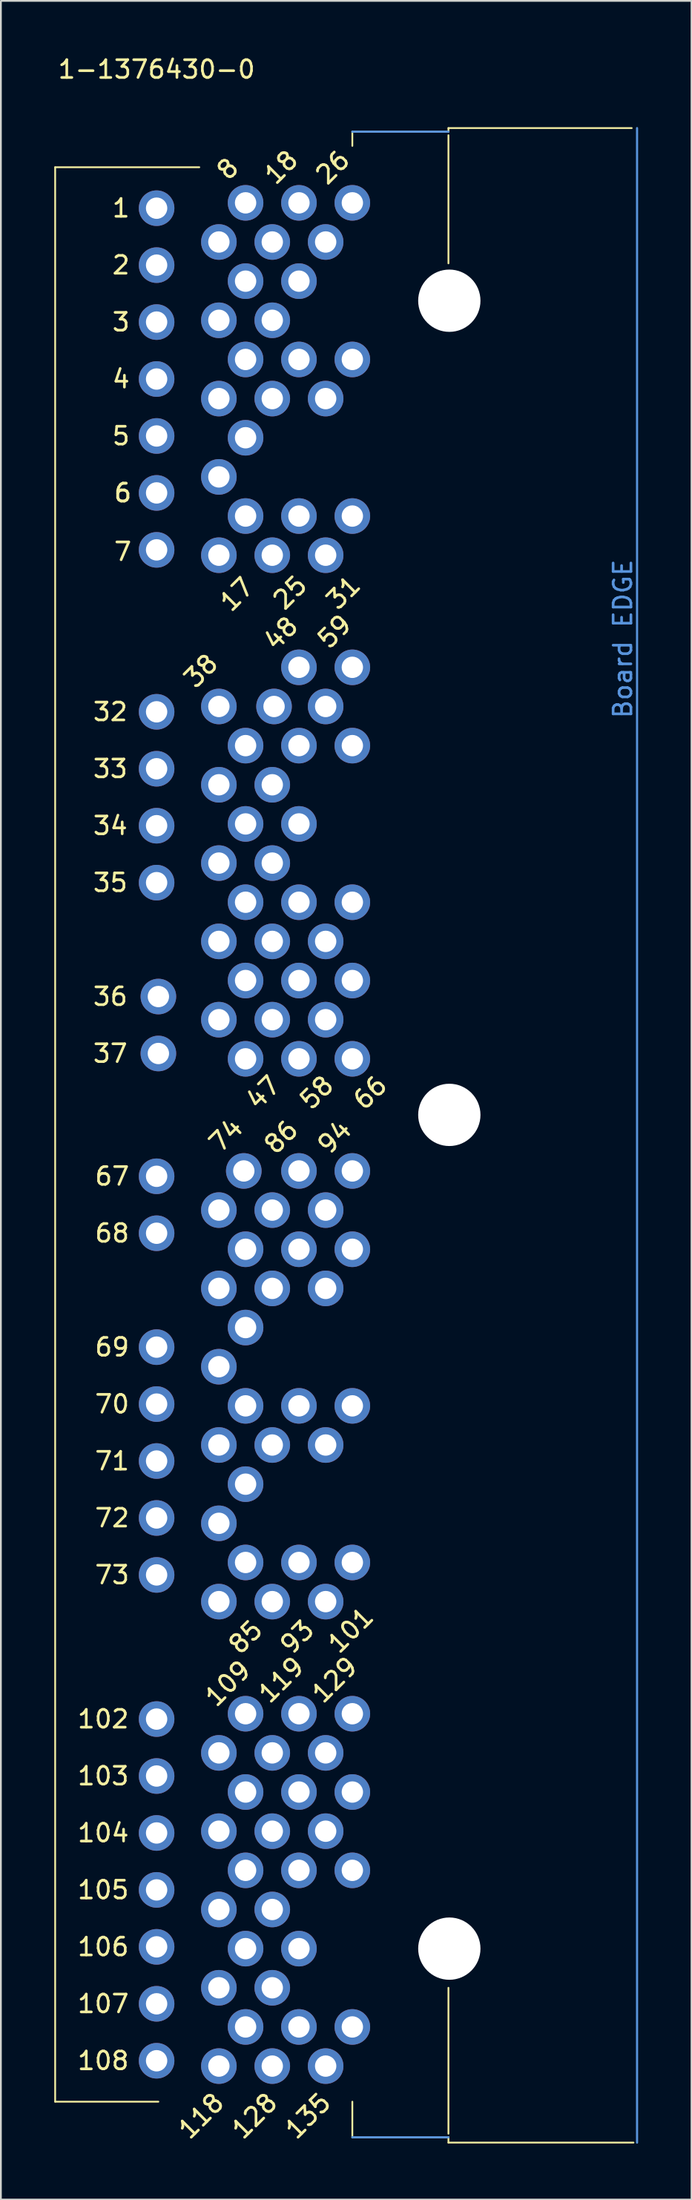
<source format=kicad_pcb>
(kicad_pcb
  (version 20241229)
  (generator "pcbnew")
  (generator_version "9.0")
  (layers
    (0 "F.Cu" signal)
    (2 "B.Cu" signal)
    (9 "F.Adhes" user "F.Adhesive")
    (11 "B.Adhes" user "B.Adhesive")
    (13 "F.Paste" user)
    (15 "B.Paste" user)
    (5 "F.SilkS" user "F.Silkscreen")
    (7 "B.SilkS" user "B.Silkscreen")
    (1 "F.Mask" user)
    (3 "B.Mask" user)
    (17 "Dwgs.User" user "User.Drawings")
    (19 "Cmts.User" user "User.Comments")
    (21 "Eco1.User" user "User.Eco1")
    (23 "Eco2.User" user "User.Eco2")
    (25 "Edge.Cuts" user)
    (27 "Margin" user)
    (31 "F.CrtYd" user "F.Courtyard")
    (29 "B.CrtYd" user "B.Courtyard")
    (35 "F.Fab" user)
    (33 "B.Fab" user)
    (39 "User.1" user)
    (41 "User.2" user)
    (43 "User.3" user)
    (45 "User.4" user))
  (footprint "1-1376430-0"
    (layer "F.Cu")
    (at 5.75 8.348)
    (property "Reference" "1-1376430-0" (at 0 -7.5 0) (layer "F.SilkS") (effects (font (size 1 1) (thickness 0.15))))
    (attr through_hole)
    (fp_line (start -5.7 -2) (end -5.7 106.7) (stroke (width 0.1) (type solid)) (layer "F.SilkS"))
    (fp_line (start -5.7 106.7) (end 0.1 106.7) (stroke (width 0.1) (type solid)) (layer "F.SilkS"))
    (fp_line (start 2.4 -2) (end -5.7 -2) (stroke (width 0.1) (type solid)) (layer "F.SilkS"))
    (fp_line (start 11 -4) (end 16.4 -4) (stroke (width 0.1) (type solid)) (layer "F.SilkS"))
    (fp_line (start 11 -3.2) (end 11 -4) (stroke (width 0.1) (type solid)) (layer "F.SilkS"))
    (fp_line (start 11 106.7) (end 11 108.7) (stroke (width 0.1) (type solid)) (layer "F.SilkS"))
    (fp_line (start 11 108.7) (end 16.4 108.7) (stroke (width 0.1) (type solid)) (layer "F.SilkS"))
    (fp_line (start 16.4 -4.2) (end 16.4 -4) (stroke (width 0.1) (type solid)) (layer "F.SilkS"))
    (fp_line (start 16.4 -3.8) (end 16.4 3.4) (stroke (width 0.1) (type solid)) (layer "F.SilkS"))
    (fp_line (start 16.4 108.5) (end 16.4 100.3) (stroke (width 0.1) (type solid)) (layer "F.SilkS"))
    (fp_line (start 16.4 108.7) (end 16.4 109) (stroke (width 0.1) (type solid)) (layer "F.SilkS"))
    (fp_line (start 16.4 109) (end 26.8 109) (stroke (width 0.1) (type solid)) (layer "F.SilkS"))
    (fp_line (start 26.7 -4.2) (end 16.4 -4.2) (stroke (width 0.1) (type solid)) (layer "F.SilkS"))
    (fp_line (start 11 -4) (end 16.4 -4) (stroke (width 0.12) (type solid)) (layer "Cmts.User"))
    (fp_line (start 11 108.7) (end 16.4 108.7) (stroke (width 0.12) (type solid)) (layer "Cmts.User"))
    (fp_line (start 27 -4.2) (end 27 109) (stroke (width 0.12) (type solid)) (layer "Cmts.User"))
    (fp_text user "93" (at 7.9 80.6 45) (layer "F.SilkS") (effects (font (size 1 1) (thickness 0.15))))
    (fp_text user "128" (at 5.5 107.5 45) (layer "F.SilkS") (effects (font (size 1 1) (thickness 0.15))))
    (fp_text user "5" (at -2 13.1 0) (layer "F.SilkS") (effects (font (size 1 1) (thickness 0.15))))
    (fp_text user "26" (at 9.9 -2 45) (layer "F.SilkS") (effects (font (size 1 1) (thickness 0.15))))
    (fp_text user "6" (at -1.9 16.3 0) (layer "F.SilkS") (effects (font (size 1 1) (thickness 0.15))))
    (fp_text user "33" (at -2.6 31.8 0) (layer "F.SilkS") (effects (font (size 1 1) (thickness 0.15))))
    (fp_text user "68" (at -2.5 57.9 0) (layer "F.SilkS") (effects (font (size 1 1) (thickness 0.15))))
    (fp_text user "72" (at -2.5 73.9 0) (layer "F.SilkS") (effects (font (size 1 1) (thickness 0.15))))
    (fp_text user "3" (at -2 6.7 0) (layer "F.SilkS") (effects (font (size 1 1) (thickness 0.15))))
    (fp_text user "66" (at 12 50 45) (layer "F.SilkS") (effects (font (size 1 1) (thickness 0.15))))
    (fp_text user "118" (at 2.5 107.5 45) (layer "F.SilkS") (effects (font (size 1 1) (thickness 0.15))))
    (fp_text user "48" (at 7 24.2 45) (layer "F.SilkS") (effects (font (size 1 1) (thickness 0.15))))
    (fp_text user "36" (at -2.6 44.6 0) (layer "F.SilkS") (effects (font (size 1 1) (thickness 0.15))))
    (fp_text user "8" (at 4 -1.9 45) (layer "F.SilkS") (effects (font (size 1 1) (thickness 0.15))))
    (fp_text user "74" (at 3.9 52.4 45) (layer "F.SilkS") (effects (font (size 1 1) (thickness 0.15))))
    (fp_text user "4" (at -2 9.9 0) (layer "F.SilkS") (effects (font (size 1 1) (thickness 0.15))))
    (fp_text user "135" (at 8.5 107.5 45) (layer "F.SilkS") (effects (font (size 1 1) (thickness 0.15))))
    (fp_text user "73" (at -2.5 77.1 0) (layer "F.SilkS") (effects (font (size 1 1) (thickness 0.15))))
    (fp_text user "25" (at 7.5 21.9 45) (layer "F.SilkS") (effects (font (size 1 1) (thickness 0.15))))
    (fp_text user "47" (at 6 50 45) (layer "F.SilkS") (effects (font (size 1 1) (thickness 0.15))))
    (fp_text user "108" (at -3 104.4 0) (layer "F.SilkS") (effects (font (size 1 1) (thickness 0.15))))
    (fp_text user "106" (at -3 98 0) (layer "F.SilkS") (effects (font (size 1 1) (thickness 0.15))))
    (fp_text user "58" (at 9 50 45) (layer "F.SilkS") (effects (font (size 1 1) (thickness 0.15))))
    (fp_text user "107" (at -3 101.2 0) (layer "F.SilkS") (effects (font (size 1 1) (thickness 0.15))))
    (fp_text user "102" (at -3 85.2 0) (layer "F.SilkS") (effects (font (size 1 1) (thickness 0.15))))
    (fp_text user "37" (at -2.6 47.8 0) (layer "F.SilkS") (effects (font (size 1 1) (thickness 0.15))))
    (fp_text user "85" (at 5 80.6 45) (layer "F.SilkS") (effects (font (size 1 1) (thickness 0.15))))
    (fp_text user "1" (at -2 0.3 0) (layer "F.SilkS") (effects (font (size 1 1) (thickness 0.15))))
    (fp_text user "6" (at -1.9 16.3 0) (layer "F.SilkS") (effects (font (size 1 1) (thickness 0.15))))
    (fp_text user "119" (at 7 83 45) (layer "F.SilkS") (effects (font (size 1 1) (thickness 0.15))))
    (fp_text user "67" (at -2.5 54.7 0) (layer "F.SilkS") (effects (font (size 1 1) (thickness 0.15))))
    (fp_text user "31" (at 10.5 21.9 45) (layer "F.SilkS") (effects (font (size 1 1) (thickness 0.15))))
    (fp_text user "69" (at -2.5 64.3 0) (layer "F.SilkS") (effects (font (size 1 1) (thickness 0.15))))
    (fp_text user "103" (at -3 88.4 0) (layer "F.SilkS") (effects (font (size 1 1) (thickness 0.15))))
    (fp_text user "70" (at -2.5 67.5 0) (layer "F.SilkS") (effects (font (size 1 1) (thickness 0.15))))
    (fp_text user "101" (at 10.9 80.2 45) (layer "F.SilkS") (effects (font (size 1 1) (thickness 0.15))))
    (fp_text user "18" (at 7 -2 45) (layer "F.SilkS") (effects (font (size 1 1) (thickness 0.15))))
    (fp_text user "35" (at -2.6 38.2 0) (layer "F.SilkS") (effects (font (size 1 1) (thickness 0.15))))
    (fp_text user "129" (at 10 83 45) (layer "F.SilkS") (effects (font (size 1 1) (thickness 0.15))))
    (fp_text user "59" (at 10 24.1 45) (layer "F.SilkS") (effects (font (size 1 1) (thickness 0.15))))
    (fp_text user "109" (at 4 83.2 45) (layer "F.SilkS") (effects (font (size 1 1) (thickness 0.15))))
    (fp_text user "34" (at -2.6 35 0) (layer "F.SilkS") (effects (font (size 1 1) (thickness 0.15))))
    (fp_text user "17" (at 4.5 22 45) (layer "F.SilkS") (effects (font (size 1 1) (thickness 0.15))))
    (fp_text user "105" (at -3 94.8 0) (layer "F.SilkS") (effects (font (size 1 1) (thickness 0.15))))
    (fp_text user "38" (at 2.5 26.3 45) (layer "F.SilkS") (effects (font (size 1 1) (thickness 0.15))))
    (fp_text user "94" (at 10 52.5 45) (layer "F.SilkS") (effects (font (size 1 1) (thickness 0.15))))
    (fp_text user "104" (at -3 91.6 0) (layer "F.SilkS") (effects (font (size 1 1) (thickness 0.15))))
    (fp_text user "86" (at 7 52.5 45) (layer "F.SilkS") (effects (font (size 1 1) (thickness 0.15))))
    (fp_text user "7" (at -1.9 19.6 0) (layer "F.SilkS") (effects (font (size 1 1) (thickness 0.15))))
    (fp_text user "71" (at -2.5 70.7 0) (layer "F.SilkS") (effects (font (size 1 1) (thickness 0.15))))
    (fp_text user "2" (at -2 3.5 0) (layer "F.SilkS") (effects (font (size 1 1) (thickness 0.15))))
    (fp_text user "32" (at -2.6 28.6 0) (layer "F.SilkS") (effects (font (size 1 1) (thickness 0.15))))
    (fp_text user "Board EDGE" (at 26.2 24.5 270) (layer "Cmts.User") (effects (font (size 1 1) (thickness 0.15))))
    (pad "" np_thru_hole circle (at 16.45 5.5) (size 3.5 3.5) (drill 3.5) (layers "*.Cu" "*.Mask"))
    (pad "" np_thru_hole circle (at 16.45 51.25) (size 3.5 3.5) (drill 3.5) (layers "*.Cu" "*.Mask"))
    (pad "" np_thru_hole circle (at 16.45 98.1) (size 3.5 3.5) (drill 3.5) (layers "*.Cu" "*.Mask"))
    (pad "1" thru_hole circle (at 0 0.3) (size 2 2) (drill 1.2) (layers "*.Cu" "*.Mask"))
    (pad "2" thru_hole circle (at 0 3.5) (size 2 2) (drill 1.2) (layers "*.Cu" "*.Mask"))
    (pad "3" thru_hole circle (at 0 6.7) (size 2 2) (drill 1.2) (layers "*.Cu" "*.Mask"))
    (pad "4" thru_hole circle (at 0 9.9) (size 2 2) (drill 1.2) (layers "*.Cu" "*.Mask"))
    (pad "5" thru_hole circle (at 0 13.1) (size 2 2) (drill 1.2) (layers "*.Cu" "*.Mask"))
    (pad "6" thru_hole circle (at 0 16.3) (size 2 2) (drill 1.2) (layers "*.Cu" "*.Mask"))
    (pad "7" thru_hole circle (at 0 19.5) (size 2 2) (drill 1.2) (layers "*.Cu" "*.Mask"))
    (pad "8" thru_hole circle (at 5 0) (size 2 2) (drill 1.2) (layers "*.Cu" "*.Mask"))
    (pad "9" thru_hole circle (at 3.5 2.2) (size 2 2) (drill 1.2) (layers "*.Cu" "*.Mask"))
    (pad "10" thru_hole circle (at 5 4.4) (size 2 2) (drill 1.2) (layers "*.Cu" "*.Mask"))
    (pad "11" thru_hole circle (at 3.5 6.6) (size 2 2) (drill 1.2) (layers "*.Cu" "*.Mask"))
    (pad "12" thru_hole circle (at 5 8.8) (size 2 2) (drill 1.2) (layers "*.Cu" "*.Mask"))
    (pad "13" thru_hole circle (at 3.5 11) (size 2 2) (drill 1.2) (layers "*.Cu" "*.Mask"))
    (pad "14" thru_hole circle (at 5 13.2) (size 2 2) (drill 1.2) (layers "*.Cu" "*.Mask"))
    (pad "15" thru_hole circle (at 3.5 15.4) (size 2 2) (drill 1.2) (layers "*.Cu" "*.Mask"))
    (pad "16" thru_hole circle (at 5 17.6) (size 2 2) (drill 1.2) (layers "*.Cu" "*.Mask"))
    (pad "17" thru_hole circle (at 3.5 19.8) (size 2 2) (drill 1.2) (layers "*.Cu" "*.Mask"))
    (pad "18" thru_hole circle (at 8 0) (size 2 2) (drill 1.2) (layers "*.Cu" "*.Mask"))
    (pad "19" thru_hole circle (at 6.5 2.2) (size 2 2) (drill 1.2) (layers "*.Cu" "*.Mask"))
    (pad "20" thru_hole circle (at 8 4.4) (size 2 2) (drill 1.2) (layers "*.Cu" "*.Mask"))
    (pad "21" thru_hole circle (at 6.5 6.6) (size 2 2) (drill 1.2) (layers "*.Cu" "*.Mask"))
    (pad "22" thru_hole circle (at 8 8.8) (size 2 2) (drill 1.2) (layers "*.Cu" "*.Mask"))
    (pad "23" thru_hole circle (at 6.5 11) (size 2 2) (drill 1.2) (layers "*.Cu" "*.Mask"))
    (pad "24" thru_hole circle (at 8 17.6) (size 2 2) (drill 1.2) (layers "*.Cu" "*.Mask"))
    (pad "25" thru_hole circle (at 6.5 19.8) (size 2 2) (drill 1.2) (layers "*.Cu" "*.Mask"))
    (pad "26" thru_hole circle (at 11 0) (size 2 2) (drill 1.2) (layers "*.Cu" "*.Mask"))
    (pad "27" thru_hole circle (at 9.5 2.2) (size 2 2) (drill 1.2) (layers "*.Cu" "*.Mask"))
    (pad "28" thru_hole circle (at 11 8.8) (size 2 2) (drill 1.2) (layers "*.Cu" "*.Mask"))
    (pad "29" thru_hole circle (at 9.5 11) (size 2 2) (drill 1.2) (layers "*.Cu" "*.Mask"))
    (pad "30" thru_hole circle (at 11 17.6) (size 2 2) (drill 1.2) (layers "*.Cu" "*.Mask"))
    (pad "31" thru_hole circle (at 9.5 19.8) (size 2 2) (drill 1.2) (layers "*.Cu" "*.Mask"))
    (pad "32" thru_hole circle (at 0 28.6) (size 2 2) (drill 1.2) (layers "*.Cu" "*.Mask"))
    (pad "33" thru_hole circle (at 0 31.8) (size 2 2) (drill 1.2) (layers "*.Cu" "*.Mask"))
    (pad "34" thru_hole circle (at 0 35) (size 2 2) (drill 1.2) (layers "*.Cu" "*.Mask"))
    (pad "35" thru_hole circle (at 0 38.2) (size 2 2) (drill 1.2) (layers "*.Cu" "*.Mask"))
    (pad "36" thru_hole circle (at 0.1 44.6) (size 2 2) (drill 1.2) (layers "*.Cu" "*.Mask"))
    (pad "37" thru_hole circle (at 0.1 47.8) (size 2 2) (drill 1.2) (layers "*.Cu" "*.Mask"))
    (pad "38" thru_hole circle (at 3.5 28.3) (size 2 2) (drill 1.2) (layers "*.Cu" "*.Mask"))
    (pad "39" thru_hole circle (at 5 30.5) (size 2 2) (drill 1.2) (layers "*.Cu" "*.Mask"))
    (pad "40" thru_hole circle (at 3.5 32.7) (size 2 2) (drill 1.2) (layers "*.Cu" "*.Mask"))
    (pad "41" thru_hole circle (at 5 34.9) (size 2 2) (drill 1.2) (layers "*.Cu" "*.Mask"))
    (pad "42" thru_hole circle (at 3.5 37.1) (size 2 2) (drill 1.2) (layers "*.Cu" "*.Mask"))
    (pad "43" thru_hole circle (at 5 39.3) (size 2 2) (drill 1.2) (layers "*.Cu" "*.Mask"))
    (pad "44" thru_hole circle (at 3.5 41.5) (size 2 2) (drill 1.2) (layers "*.Cu" "*.Mask"))
    (pad "45" thru_hole circle (at 5 43.7) (size 2 2) (drill 1.2) (layers "*.Cu" "*.Mask"))
    (pad "46" thru_hole circle (at 3.5 45.9) (size 2 2) (drill 1.2) (layers "*.Cu" "*.Mask"))
    (pad "47" thru_hole circle (at 5 48.1) (size 2 2) (drill 1.2) (layers "*.Cu" "*.Mask"))
    (pad "48" thru_hole circle (at 8 26.1) (size 2 2) (drill 1.2) (layers "*.Cu" "*.Mask"))
    (pad "49" thru_hole circle (at 6.6 28.3) (size 2 2) (drill 1.2) (layers "*.Cu" "*.Mask"))
    (pad "50" thru_hole circle (at 8 30.5) (size 2 2) (drill 1.2) (layers "*.Cu" "*.Mask"))
    (pad "51" thru_hole circle (at 6.5 32.7) (size 2 2) (drill 1.2) (layers "*.Cu" "*.Mask"))
    (pad "52" thru_hole circle (at 8 34.9) (size 2 2) (drill 1.2) (layers "*.Cu" "*.Mask"))
    (pad "53" thru_hole circle (at 6.5 37.1) (size 2 2) (drill 1.2) (layers "*.Cu" "*.Mask"))
    (pad "54" thru_hole circle (at 8 39.3) (size 2 2) (drill 1.2) (layers "*.Cu" "*.Mask"))
    (pad "55" thru_hole circle (at 6.5 41.5) (size 2 2) (drill 1.2) (layers "*.Cu" "*.Mask"))
    (pad "56" thru_hole circle (at 8 43.7) (size 2 2) (drill 1.2) (layers "*.Cu" "*.Mask"))
    (pad "57" thru_hole circle (at 6.5 45.9) (size 2 2) (drill 1.2) (layers "*.Cu" "*.Mask"))
    (pad "58" thru_hole circle (at 8 48.1) (size 2 2) (drill 1.2) (layers "*.Cu" "*.Mask"))
    (pad "59" thru_hole circle (at 11 26.1) (size 2 2) (drill 1.2) (layers "*.Cu" "*.Mask"))
    (pad "60" thru_hole circle (at 9.5 28.3) (size 2 2) (drill 1.2) (layers "*.Cu" "*.Mask"))
    (pad "61" thru_hole circle (at 11 30.5) (size 2 2) (drill 1.2) (layers "*.Cu" "*.Mask"))
    (pad "62" thru_hole circle (at 11 39.3) (size 2 2) (drill 1.2) (layers "*.Cu" "*.Mask"))
    (pad "63" thru_hole circle (at 9.5 41.5) (size 2 2) (drill 1.2) (layers "*.Cu" "*.Mask"))
    (pad "64" thru_hole circle (at 11 43.7) (size 2 2) (drill 1.2) (layers "*.Cu" "*.Mask"))
    (pad "65" thru_hole circle (at 9.5 45.9) (size 2 2) (drill 1.2) (layers "*.Cu" "*.Mask"))
    (pad "66" thru_hole circle (at 11 48.1) (size 2 2) (drill 1.2) (layers "*.Cu" "*.Mask"))
    (pad "67" thru_hole circle (at 0 54.7) (size 2 2) (drill 1.2) (layers "*.Cu" "*.Mask"))
    (pad "68" thru_hole circle (at 0 57.9) (size 2 2) (drill 1.2) (layers "*.Cu" "*.Mask"))
    (pad "69" thru_hole circle (at 0 64.3) (size 2 2) (drill 1.2) (layers "*.Cu" "*.Mask"))
    (pad "70" thru_hole circle (at 0 67.5) (size 2 2) (drill 1.2) (layers "*.Cu" "*.Mask"))
    (pad "71" thru_hole circle (at 0 70.7) (size 2 2) (drill 1.2) (layers "*.Cu" "*.Mask"))
    (pad "72" thru_hole circle (at 0 73.9) (size 2 2) (drill 1.2) (layers "*.Cu" "*.Mask"))
    (pad "73" thru_hole circle (at 0 77.1) (size 2 2) (drill 1.2) (layers "*.Cu" "*.Mask"))
    (pad "74" thru_hole circle (at 4.9 54.4) (size 2 2) (drill 1.2) (layers "*.Cu" "*.Mask"))
    (pad "75" thru_hole circle (at 3.5 56.6) (size 2 2) (drill 1.2) (layers "*.Cu" "*.Mask"))
    (pad "76" thru_hole circle (at 5 58.8) (size 2 2) (drill 1.2) (layers "*.Cu" "*.Mask"))
    (pad "77" thru_hole circle (at 3.5 61) (size 2 2) (drill 1.2) (layers "*.Cu" "*.Mask"))
    (pad "78" thru_hole circle (at 5 63.2) (size 2 2) (drill 1.2) (layers "*.Cu" "*.Mask"))
    (pad "79" thru_hole circle (at 3.5 65.4) (size 2 2) (drill 1.2) (layers "*.Cu" "*.Mask"))
    (pad "80" thru_hole circle (at 5 67.6) (size 2 2) (drill 1.2) (layers "*.Cu" "*.Mask"))
    (pad "81" thru_hole circle (at 3.5 69.8) (size 2 2) (drill 1.2) (layers "*.Cu" "*.Mask"))
    (pad "82" thru_hole circle (at 5 72) (size 2 2) (drill 1.2) (layers "*.Cu" "*.Mask"))
    (pad "83" thru_hole circle (at 3.5 74.2) (size 2 2) (drill 1.2) (layers "*.Cu" "*.Mask"))
    (pad "84" thru_hole circle (at 5 76.4) (size 2 2) (drill 1.2) (layers "*.Cu" "*.Mask"))
    (pad "85" thru_hole circle (at 3.5 78.6) (size 2 2) (drill 1.2) (layers "*.Cu" "*.Mask"))
    (pad "86" thru_hole circle (at 8 54.4) (size 2 2) (drill 1.2) (layers "*.Cu" "*.Mask"))
    (pad "87" thru_hole circle (at 6.5 56.6) (size 2 2) (drill 1.2) (layers "*.Cu" "*.Mask"))
    (pad "88" thru_hole circle (at 8 58.8) (size 2 2) (drill 1.2) (layers "*.Cu" "*.Mask"))
    (pad "89" thru_hole circle (at 6.5 61) (size 2 2) (drill 1.2) (layers "*.Cu" "*.Mask"))
    (pad "90" thru_hole circle (at 8 67.6) (size 2 2) (drill 1.2) (layers "*.Cu" "*.Mask"))
    (pad "91" thru_hole circle (at 6.5 69.8) (size 2 2) (drill 1.2) (layers "*.Cu" "*.Mask"))
    (pad "92" thru_hole circle (at 8 76.4) (size 2 2) (drill 1.2) (layers "*.Cu" "*.Mask"))
    (pad "93" thru_hole circle (at 6.5 78.6) (size 2 2) (drill 1.2) (layers "*.Cu" "*.Mask"))
    (pad "94" thru_hole circle (at 11 54.4) (size 2 2) (drill 1.2) (layers "*.Cu" "*.Mask"))
    (pad "95" thru_hole circle (at 9.5 56.6) (size 2 2) (drill 1.2) (layers "*.Cu" "*.Mask"))
    (pad "96" thru_hole circle (at 11 58.8) (size 2 2) (drill 1.2) (layers "*.Cu" "*.Mask"))
    (pad "97" thru_hole circle (at 9.5 61) (size 2 2) (drill 1.2) (layers "*.Cu" "*.Mask"))
    (pad "98" thru_hole circle (at 11 67.6) (size 2 2) (drill 1.2) (layers "*.Cu" "*.Mask"))
    (pad "99" thru_hole circle (at 9.5 69.8) (size 2 2) (drill 1.2) (layers "*.Cu" "*.Mask"))
    (pad "100" thru_hole circle (at 11 76.4) (size 2 2) (drill 1.2) (layers "*.Cu" "*.Mask"))
    (pad "101" thru_hole circle (at 9.5 78.6) (size 2 2) (drill 1.2) (layers "*.Cu" "*.Mask"))
    (pad "102" thru_hole circle (at 0 85.2) (size 2 2) (drill 1.2) (layers "*.Cu" "*.Mask"))
    (pad "103" thru_hole circle (at 0 88.4) (size 2 2) (drill 1.2) (layers "*.Cu" "*.Mask"))
    (pad "104" thru_hole circle (at 0 91.6) (size 2 2) (drill 1.2) (layers "*.Cu" "*.Mask"))
    (pad "105" thru_hole circle (at 0 94.8) (size 2 2) (drill 1.2) (layers "*.Cu" "*.Mask"))
    (pad "106" thru_hole circle (at 0 98) (size 2 2) (drill 1.2) (layers "*.Cu" "*.Mask"))
    (pad "107" thru_hole circle (at 0 101.2) (size 2 2) (drill 1.2) (layers "*.Cu" "*.Mask"))
    (pad "108" thru_hole circle (at 0 104.4) (size 2 2) (drill 1.2) (layers "*.Cu" "*.Mask"))
    (pad "109" thru_hole circle (at 5 84.9) (size 2 2) (drill 1.2) (layers "*.Cu" "*.Mask"))
    (pad "110" thru_hole circle (at 3.5 87.1) (size 2 2) (drill 1.2) (layers "*.Cu" "*.Mask"))
    (pad "111" thru_hole circle (at 5 89.3) (size 2 2) (drill 1.2) (layers "*.Cu" "*.Mask"))
    (pad "112" thru_hole circle (at 3.5 91.5) (size 2 2) (drill 1.2) (layers "*.Cu" "*.Mask"))
    (pad "113" thru_hole circle (at 5 93.7) (size 2 2) (drill 1.2) (layers "*.Cu" "*.Mask"))
    (pad "114" thru_hole circle (at 3.5 95.9) (size 2 2) (drill 1.2) (layers "*.Cu" "*.Mask"))
    (pad "115" thru_hole circle (at 5 98.1) (size 2 2) (drill 1.2) (layers "*.Cu" "*.Mask"))
    (pad "116" thru_hole circle (at 3.5 100.3) (size 2 2) (drill 1.2) (layers "*.Cu" "*.Mask"))
    (pad "117" thru_hole circle (at 5 102.5) (size 2 2) (drill 1.2) (layers "*.Cu" "*.Mask"))
    (pad "118" thru_hole circle (at 3.5 104.7) (size 2 2) (drill 1.2) (layers "*.Cu" "*.Mask"))
    (pad "119" thru_hole circle (at 8 84.9) (size 2 2) (drill 1.2) (layers "*.Cu" "*.Mask"))
    (pad "120" thru_hole circle (at 6.5 87.1) (size 2 2) (drill 1.2) (layers "*.Cu" "*.Mask"))
    (pad "121" thru_hole circle (at 8 89.3) (size 2 2) (drill 1.2) (layers "*.Cu" "*.Mask"))
    (pad "122" thru_hole circle (at 6.5 91.5) (size 2 2) (drill 1.2) (layers "*.Cu" "*.Mask"))
    (pad "123" thru_hole circle (at 8 93.7) (size 2 2) (drill 1.2) (layers "*.Cu" "*.Mask"))
    (pad "124" thru_hole circle (at 6.5 95.9) (size 2 2) (drill 1.2) (layers "*.Cu" "*.Mask"))
    (pad "125" thru_hole circle (at 8 98.1) (size 2 2) (drill 1.2) (layers "*.Cu" "*.Mask"))
    (pad "126" thru_hole circle (at 6.5 100.3) (size 2 2) (drill 1.2) (layers "*.Cu" "*.Mask"))
    (pad "127" thru_hole circle (at 8 102.5) (size 2 2) (drill 1.2) (layers "*.Cu" "*.Mask"))
    (pad "128" thru_hole circle (at 6.5 104.7) (size 2 2) (drill 1.2) (layers "*.Cu" "*.Mask"))
    (pad "129" thru_hole circle (at 11 84.9) (size 2 2) (drill 1.2) (layers "*.Cu" "*.Mask"))
    (pad "130" thru_hole circle (at 9.5 87.1) (size 2 2) (drill 1.2) (layers "*.Cu" "*.Mask"))
    (pad "131" thru_hole circle (at 11 89.3) (size 2 2) (drill 1.2) (layers "*.Cu" "*.Mask"))
    (pad "132" thru_hole circle (at 9.5 91.5) (size 2 2) (drill 1.2) (layers "*.Cu" "*.Mask"))
    (pad "133" thru_hole circle (at 11 93.7) (size 2 2) (drill 1.2) (layers "*.Cu" "*.Mask"))
    (pad "134" thru_hole circle (at 11 102.5) (size 2 2) (drill 1.2) (layers "*.Cu" "*.Mask"))
    (pad "135" thru_hole circle (at 9.5 104.7) (size 2 2) (drill 1.2) (layers "*.Cu" "*.Mask")))
  (gr_rect
    (start -3 -3)
    (end 35.81 120.547)
    (stroke (width 0.1) (type default))
    (fill no)
    (layer "Edge.Cuts")))
</source>
